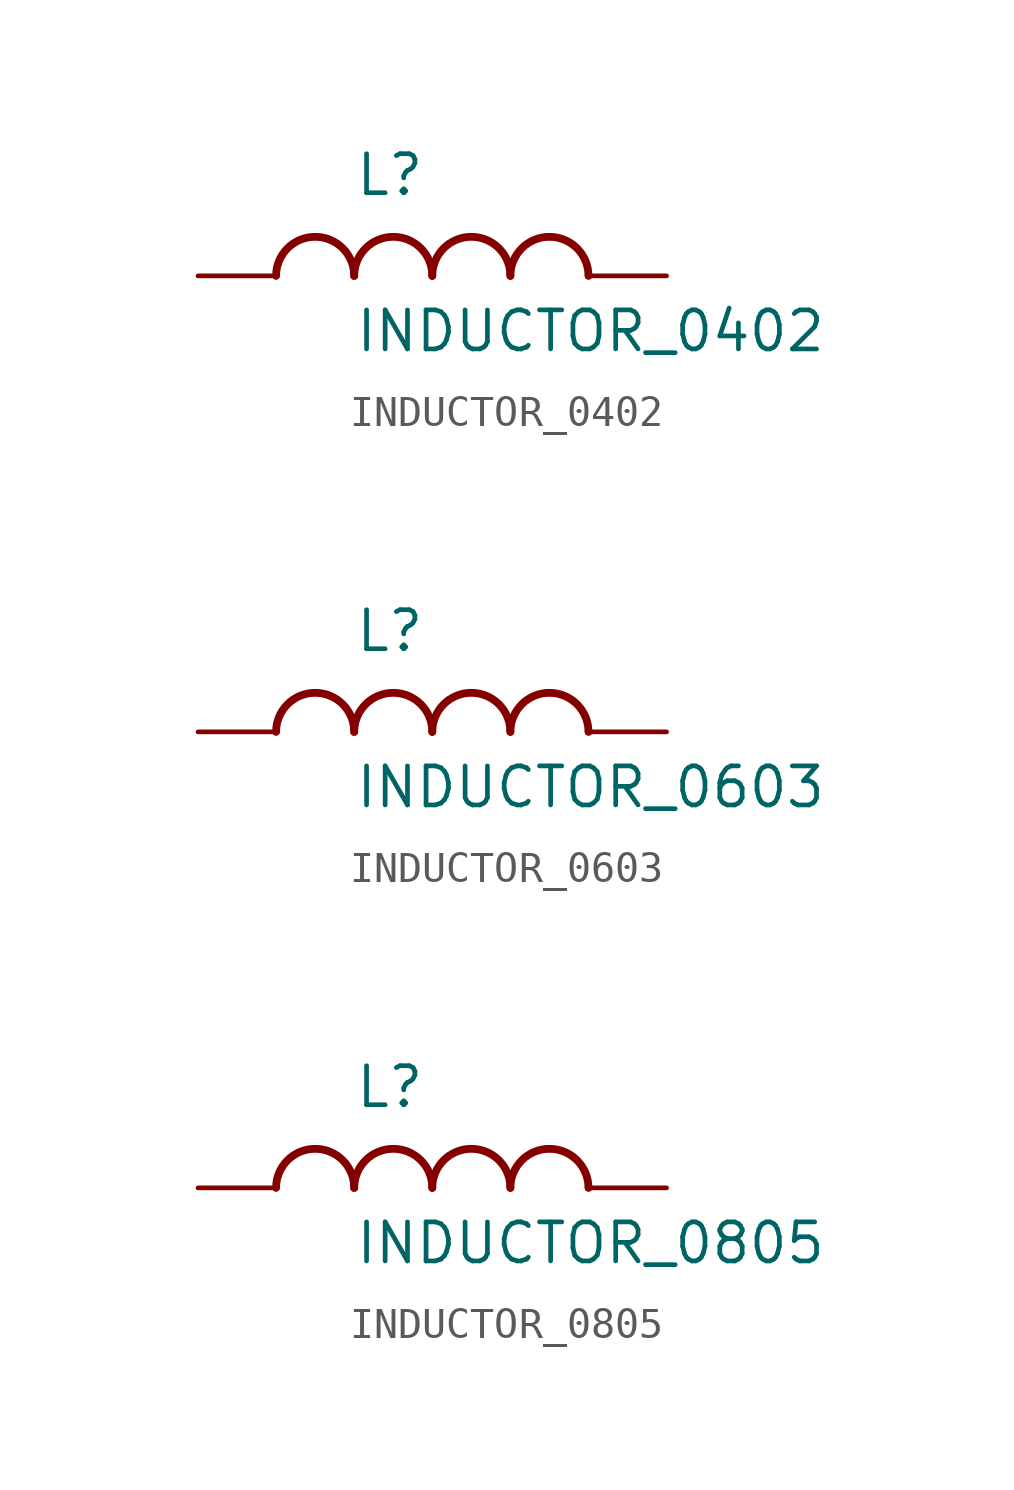
<source format=kicad_sym>
(kicad_symbol_lib
  (version 20211014)
  (generator kicad_symbol_editor)
  (symbol "INDUCTOR_0402"
    (pin_numbers hide)
    (pin_names hide)
    (property "Reference" "L"
      (at -2.54 2.54 0)
      (effects (font (size 1.27 1.27)) (justify left bottom)))
    (property "Value" "INDUCTOR_0402"
      (at -2.54 -2.54 0)
      (effects (font (size 1.27 1.27)) (justify left bottom)))
    (property "Datasheet" ""
      (at 0 0 0))
    (property "ki_fp_filters" "FlashPCB_Inductors:INDUCTOR_0402"
      (at 0 0 0))
    (symbol "INDUCTOR_0402_1_1"
      (arc (start -2.54 0) (mid -3.81 1.27) (end -5.08 0) (stroke (width 0.254) (type default) (color 0 0 0 0)) (fill (type none)))
      (arc (start 0 0) (mid -1.27 1.27) (end -2.54 0) (stroke (width 0.254) (type default) (color 0 0 0 0)) (fill (type none)))
      (arc (start 2.54 0) (mid 1.27 1.27) (end 0 0) (stroke (width 0.254) (type default) (color 0 0 0 0)) (fill (type none)))
      (arc (start 5.08 0) (mid 3.81 1.27) (end 2.54 0) (stroke (width 0.254) (type default) (color 0 0 0 0)) (fill (type none)))
      (pin bidirectional line (at -7.62 0 0) (length 2.54) (name "P$1" (effects (font (size 0 0)))) (number "1" (effects (font (size 0 0)))))
      (pin bidirectional line (at 7.62 0 180) (length 2.54) (name "P$2" (effects (font (size 0 0)))) (number "2" (effects (font (size 0 0)))))))
  (symbol "INDUCTOR_0603"
    (pin_numbers hide)
    (pin_names hide)
    (property "Reference" "L"
      (at -2.54 2.54 0)
      (effects (font (size 1.27 1.27)) (justify left bottom)))
    (property "Value" "INDUCTOR_0603"
      (at -2.54 -2.54 0)
      (effects (font (size 1.27 1.27)) (justify left bottom)))
    (property "Datasheet" ""
      (at 0 0 0))
    (property "ki_fp_filters" "FlashPCB_Inductors:INDUCTOR_0603"
      (at 0 0 0))
    (symbol "INDUCTOR_0603_1_1"
      (arc (start -2.54 0) (mid -3.81 1.27) (end -5.08 0) (stroke (width 0.254) (type default) (color 0 0 0 0)) (fill (type none)))
      (arc (start 0 0) (mid -1.27 1.27) (end -2.54 0) (stroke (width 0.254) (type default) (color 0 0 0 0)) (fill (type none)))
      (arc (start 2.54 0) (mid 1.27 1.27) (end 0 0) (stroke (width 0.254) (type default) (color 0 0 0 0)) (fill (type none)))
      (arc (start 5.08 0) (mid 3.81 1.27) (end 2.54 0) (stroke (width 0.254) (type default) (color 0 0 0 0)) (fill (type none)))
      (pin bidirectional line (at -7.62 0 0) (length 2.54) (name "P$1" (effects (font (size 0 0)))) (number "1" (effects (font (size 0 0)))))
      (pin bidirectional line (at 7.62 0 180) (length 2.54) (name "P$2" (effects (font (size 0 0)))) (number "2" (effects (font (size 0 0)))))))
  (symbol "INDUCTOR_0805"
    (pin_numbers hide)
    (pin_names hide)
    (property "Reference" "L"
      (at -2.54 2.54 0)
      (effects (font (size 1.27 1.27)) (justify left bottom)))
    (property "Value" "INDUCTOR_0805"
      (at -2.54 -2.54 0)
      (effects (font (size 1.27 1.27)) (justify left bottom)))
    (property "Datasheet" ""
      (at 0 0 0))
    (property "ki_fp_filters" "FlashPCB_Inductors:INDUCTOR_0805"
      (at 0 0 0))
    (symbol "INDUCTOR_0805_1_1"
      (arc (start -2.54 0) (mid -3.81 1.27) (end -5.08 0) (stroke (width 0.254) (type default) (color 0 0 0 0)) (fill (type none)))
      (arc (start 0 0) (mid -1.27 1.27) (end -2.54 0) (stroke (width 0.254) (type default) (color 0 0 0 0)) (fill (type none)))
      (arc (start 2.54 0) (mid 1.27 1.27) (end 0 0) (stroke (width 0.254) (type default) (color 0 0 0 0)) (fill (type none)))
      (arc (start 5.08 0) (mid 3.81 1.27) (end 2.54 0) (stroke (width 0.254) (type default) (color 0 0 0 0)) (fill (type none)))
      (pin bidirectional line (at -7.62 0 0) (length 2.54) (name "P$1" (effects (font (size 0 0)))) (number "1" (effects (font (size 0 0)))))
      (pin bidirectional line (at 7.62 0 180) (length 2.54) (name "P$2" (effects (font (size 0 0)))) (number "2" (effects (font (size 0 0))))))))
</source>
